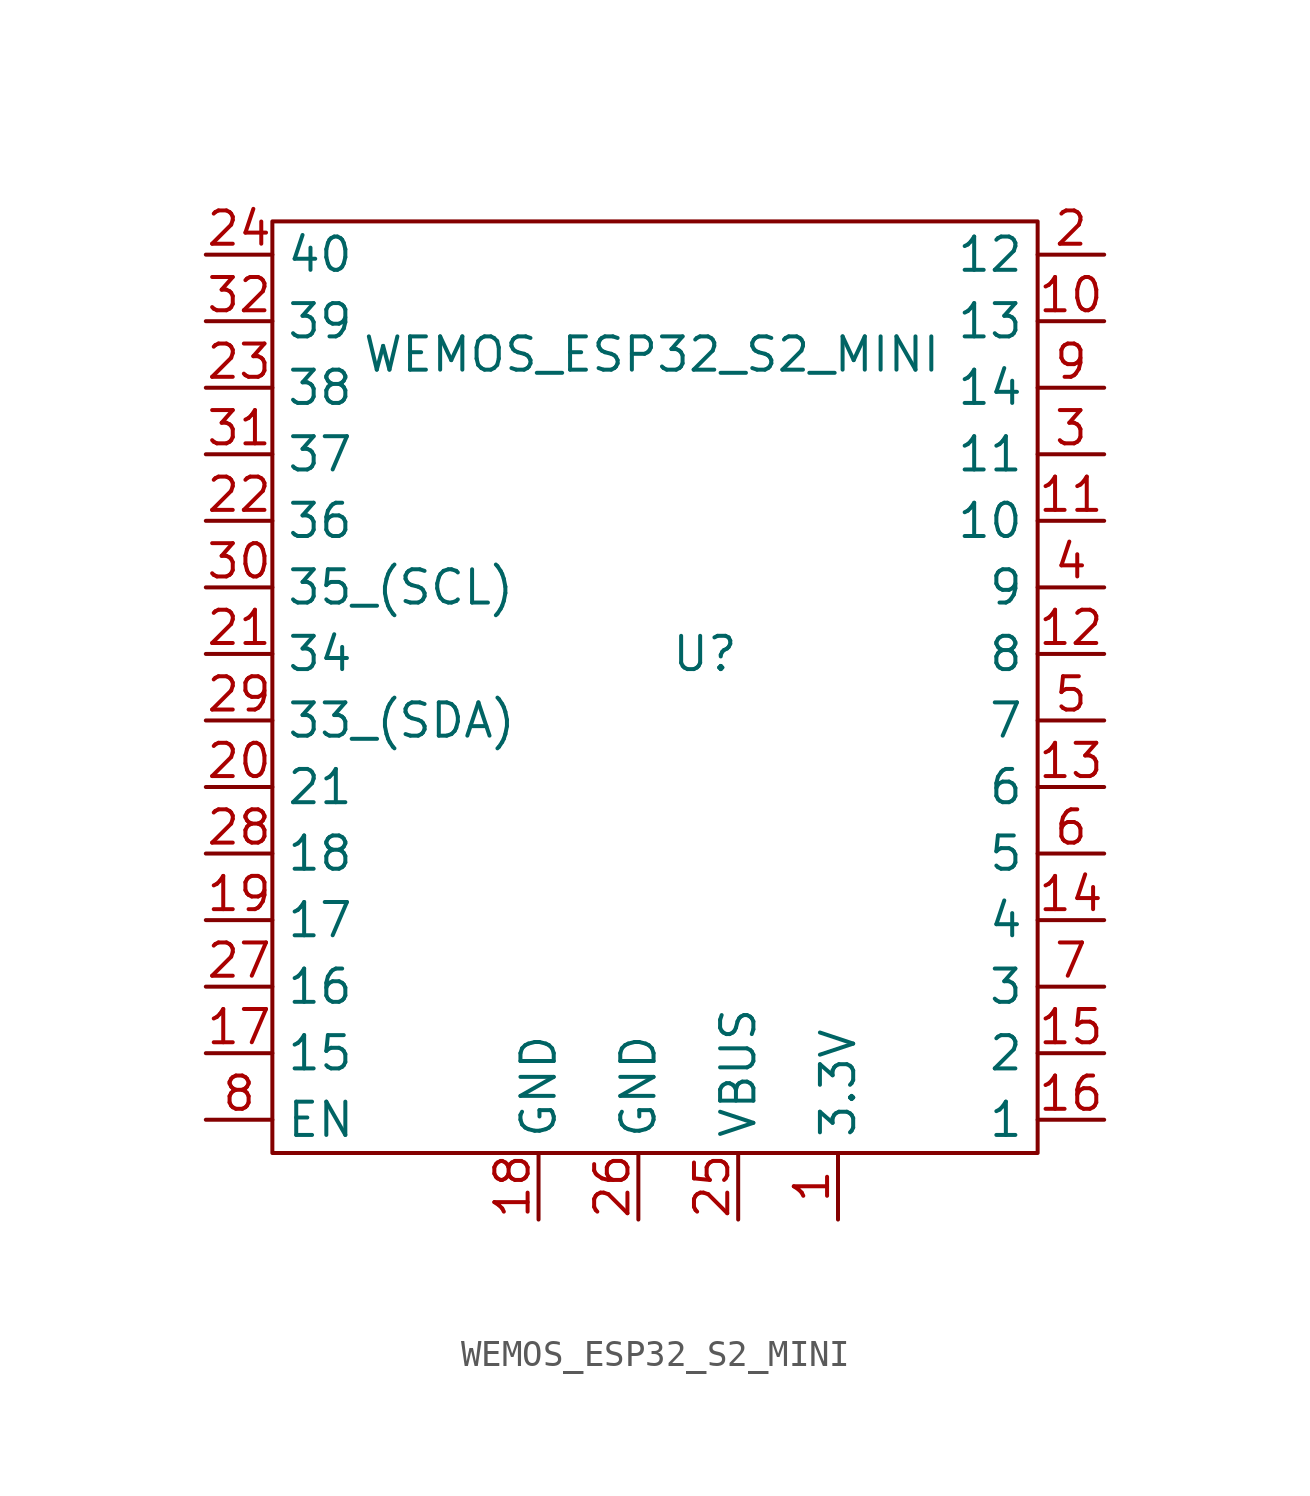
<source format=kicad_sym>
(kicad_symbol_lib
  (version 20231120)
  (generator "kicad_symbol_editor")
  (generator_version "8.0")
  (symbol "WEMOS_ESP32_S2_MINI"
    (property "Reference" "U"
      (at 0 0 0)
      (effects (font (size 1.27 1.27))))
    (property "Value" "WEMOS_ESP32_S2_MINI"
      (at -2.032 11.43 0)
      (effects (font (size 1.27 1.27))))
    (symbol "WEMOS_ESP32_S2_MINI_0_1"
      (rectangle (start -16.51 16.51) (end 12.7 -19.05) (stroke (width 0) (type default)) (fill (type none))))
    (symbol "WEMOS_ESP32_S2_MINI_1_0"
      (pin bidirectional line (at 15.24 0 180) (length 2.54) (name "8" (effects (font (size 1.27 1.27)))) (number "12" (effects (font (size 1.27 1.27)))))
      (pin bidirectional line (at 15.24 -5.08 180) (length 2.54) (name "6" (effects (font (size 1.27 1.27)))) (number "13" (effects (font (size 1.27 1.27)))))
      (pin bidirectional line (at 15.24 -10.16 180) (length 2.54) (name "4" (effects (font (size 1.27 1.27)))) (number "14" (effects (font (size 1.27 1.27)))))
      (pin bidirectional line (at 15.24 -15.24 180) (length 2.54) (name "2" (effects (font (size 1.27 1.27)))) (number "15" (effects (font (size 1.27 1.27)))))
      (pin bidirectional line (at 15.24 -17.78 180) (length 2.54) (name "1" (effects (font (size 1.27 1.27)))) (number "16" (effects (font (size 1.27 1.27)))))
      (pin bidirectional line (at -19.05 -10.16 0) (length 2.54) (name "17" (effects (font (size 1.27 1.27)))) (number "19" (effects (font (size 1.27 1.27)))))
      (pin bidirectional line (at -19.05 -5.08 0) (length 2.54) (name "21" (effects (font (size 1.27 1.27)))) (number "20" (effects (font (size 1.27 1.27)))))
      (pin bidirectional line (at -19.05 0 0) (length 2.54) (name "34" (effects (font (size 1.27 1.27)))) (number "21" (effects (font (size 1.27 1.27)))))
      (pin bidirectional line (at -19.05 5.08 0) (length 2.54) (name "36" (effects (font (size 1.27 1.27)))) (number "22" (effects (font (size 1.27 1.27)))))
      (pin bidirectional line (at -19.05 10.16 0) (length 2.54) (name "38" (effects (font (size 1.27 1.27)))) (number "23" (effects (font (size 1.27 1.27)))))
      (pin bidirectional line (at -19.05 15.24 0) (length 2.54) (name "40" (effects (font (size 1.27 1.27)))) (number "24" (effects (font (size 1.27 1.27)))))
      (pin power_in line (at -2.54 -21.59 90) (length 2.54) (name "GND" (effects (font (size 1.27 1.27)))) (number "26" (effects (font (size 1.27 1.27)))))
      (pin bidirectional line (at -19.05 -12.7 0) (length 2.54) (name "16" (effects (font (size 1.27 1.27)))) (number "27" (effects (font (size 1.27 1.27)))))
      (pin bidirectional line (at -19.05 -7.62 0) (length 2.54) (name "18" (effects (font (size 1.27 1.27)))) (number "28" (effects (font (size 1.27 1.27)))))
      (pin bidirectional line (at -19.05 -2.54 0) (length 2.54) (name "33_(SDA)" (effects (font (size 1.27 1.27)))) (number "29" (effects (font (size 1.27 1.27)))))
      (pin bidirectional line (at -19.05 2.54 0) (length 2.54) (name "35_(SCL)" (effects (font (size 1.27 1.27)))) (number "30" (effects (font (size 1.27 1.27)))))
      (pin bidirectional line (at -19.05 7.62 0) (length 2.54) (name "37" (effects (font (size 1.27 1.27)))) (number "31" (effects (font (size 1.27 1.27)))))
      (pin bidirectional line (at -19.05 12.7 0) (length 2.54) (name "39" (effects (font (size 1.27 1.27)))) (number "32" (effects (font (size 1.27 1.27)))))
      (pin bidirectional line (at 15.24 2.54 180) (length 2.54) (name "9" (effects (font (size 1.27 1.27)))) (number "4" (effects (font (size 1.27 1.27)))))
      (pin bidirectional line (at 15.24 -2.54 180) (length 2.54) (name "7" (effects (font (size 1.27 1.27)))) (number "5" (effects (font (size 1.27 1.27)))))
      (pin bidirectional line (at 15.24 -7.62 180) (length 2.54) (name "5" (effects (font (size 1.27 1.27)))) (number "6" (effects (font (size 1.27 1.27)))))
      (pin bidirectional line (at 15.24 -12.7 180) (length 2.54) (name "3" (effects (font (size 1.27 1.27)))) (number "7" (effects (font (size 1.27 1.27)))))
      (pin bidirectional line (at -19.05 -17.78 0) (length 2.54) (name "EN" (effects (font (size 1.27 1.27)))) (number "8" (effects (font (size 1.27 1.27))))))
    (symbol "WEMOS_ESP32_S2_MINI_1_1"
      (pin power_out line (at 5.08 -21.59 90) (length 2.54) (name "3.3V" (effects (font (size 1.27 1.27)))) (number "1" (effects (font (size 1.27 1.27)))))
      (pin bidirectional line (at 15.24 12.7 180) (length 2.54) (name "13" (effects (font (size 1.27 1.27)))) (number "10" (effects (font (size 1.27 1.27)))))
      (pin bidirectional line (at 15.24 5.08 180) (length 2.54) (name "10" (effects (font (size 1.27 1.27)))) (number "11" (effects (font (size 1.27 1.27)))))
      (pin bidirectional line (at -19.05 -15.24 0) (length 2.54) (name "15" (effects (font (size 1.27 1.27)))) (number "17" (effects (font (size 1.27 1.27)))))
      (pin power_out line (at -6.35 -21.59 90) (length 2.54) (name "GND" (effects (font (size 1.27 1.27)))) (number "18" (effects (font (size 1.27 1.27)))))
      (pin bidirectional line (at 15.24 15.24 180) (length 2.54) (name "12" (effects (font (size 1.27 1.27)))) (number "2" (effects (font (size 1.27 1.27)))))
      (pin power_in line (at 1.27 -21.59 90) (length 2.54) (name "VBUS" (effects (font (size 1.27 1.27)))) (number "25" (effects (font (size 1.27 1.27)))))
      (pin bidirectional line (at 15.24 7.62 180) (length 2.54) (name "11" (effects (font (size 1.27 1.27)))) (number "3" (effects (font (size 1.27 1.27)))))
      (pin bidirectional line (at 15.24 10.16 180) (length 2.54) (name "14" (effects (font (size 1.27 1.27)))) (number "9" (effects (font (size 1.27 1.27))))))))
</source>
